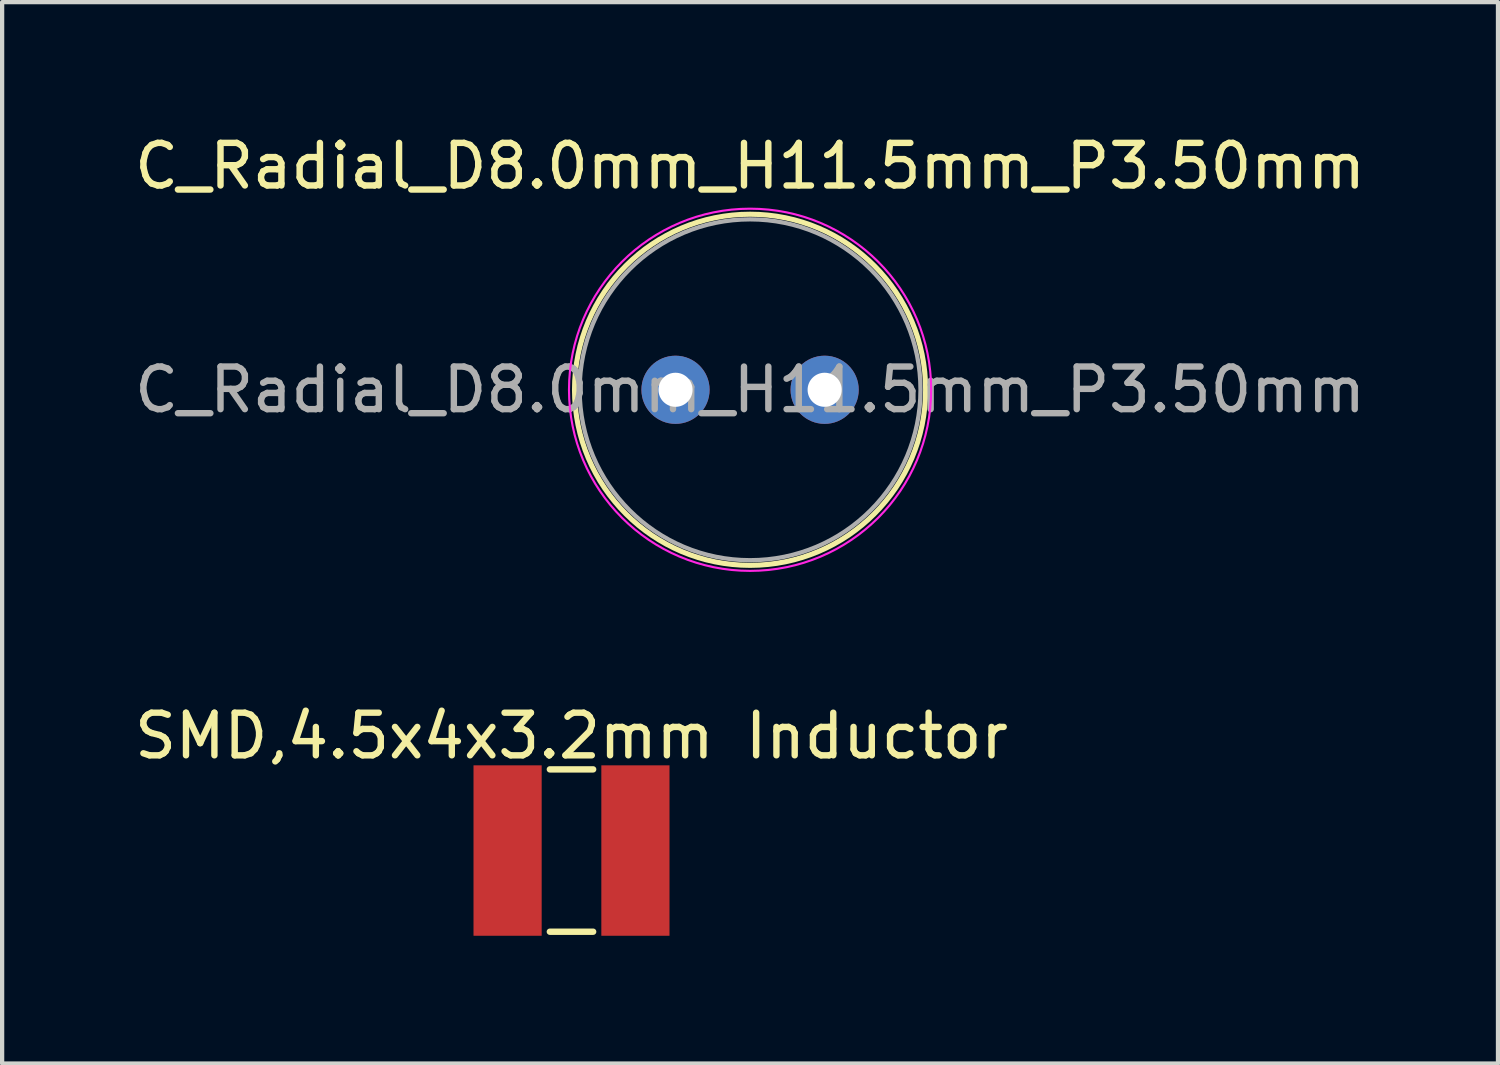
<source format=kicad_pcb>
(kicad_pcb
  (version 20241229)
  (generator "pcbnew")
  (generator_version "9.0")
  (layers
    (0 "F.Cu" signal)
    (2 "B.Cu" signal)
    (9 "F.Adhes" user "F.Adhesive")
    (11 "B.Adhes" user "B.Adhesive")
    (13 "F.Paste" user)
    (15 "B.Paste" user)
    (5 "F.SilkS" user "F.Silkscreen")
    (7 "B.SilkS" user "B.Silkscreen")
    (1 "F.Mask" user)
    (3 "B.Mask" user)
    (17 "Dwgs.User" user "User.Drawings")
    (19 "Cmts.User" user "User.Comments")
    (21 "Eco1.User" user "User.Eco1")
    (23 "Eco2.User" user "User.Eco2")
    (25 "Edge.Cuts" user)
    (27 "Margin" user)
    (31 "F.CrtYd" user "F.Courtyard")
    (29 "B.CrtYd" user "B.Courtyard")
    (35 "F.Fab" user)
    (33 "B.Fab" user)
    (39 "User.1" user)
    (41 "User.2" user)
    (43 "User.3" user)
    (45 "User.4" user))
  (footprint "C_Radial_D8.0mm_H11.5mm_P3.50mm"
    (layer "F.Cu")
    (at 12.804 6.098)
    (property "Reference" "C_Radial_D8.0mm_H11.5mm_P3.50mm" (at 1.75 -5.25 0) (layer "F.SilkS") (effects (font (size 1 1) (thickness 0.15))))
    (attr through_hole)
    (fp_circle (center 1.75 0) (end 5.87 0) (stroke (width 0.12) (type solid)) (fill no) (layer "F.SilkS"))
    (fp_circle (center 1.75 0) (end 6 0) (stroke (width 0.05) (type solid)) (fill no) (layer "F.CrtYd"))
    (fp_circle (center 1.75 0) (end 5.75 0) (stroke (width 0.1) (type solid)) (fill no) (layer "F.Fab"))
    (fp_text user "${REFERENCE}" (at 1.75 0 0) (layer "F.Fab") (effects (font (size 1 1) (thickness 0.15))))
    (pad "1" thru_hole circle (at 0 0) (size 1.6 1.6) (drill 0.8) (layers "*.Cu" "*.Mask"))
    (pad "2" thru_hole circle (at 3.5 0) (size 1.6 1.6) (drill 0.8) (layers "*.Cu" "*.Mask")))
  (footprint "SMD,4.5x4x3.2mm Inductor"
    (layer "F.Cu")
    (at 10.363 16.912)
    (property "Reference" "SMD,4.5x4x3.2mm Inductor" (at 0 -2.69 0) (layer "F.SilkS") (effects (font (size 1 1) (thickness 0.15))))
    (attr through_hole)
    (fp_line (start -0.508 -1.905) (end 0.508 -1.905) (stroke (width 0.15) (type solid)) (layer "F.SilkS"))
    (fp_line (start -0.508 1.905) (end 0.508 1.905) (stroke (width 0.15) (type solid)) (layer "F.SilkS"))
    (pad "1" smd rect (at -1.5 0) (size 1.6 4) (layers "F.Cu" "F.Mask" "F.Paste"))
    (pad "2" smd rect (at 1.5 0) (size 1.6 4) (layers "F.Cu" "F.Mask" "F.Paste")))
  (gr_rect
    (start -3 -3)
    (end 32.107 21.911)
    (stroke (width 0.1) (type default))
    (fill no)
    (layer "Edge.Cuts")))
</source>
